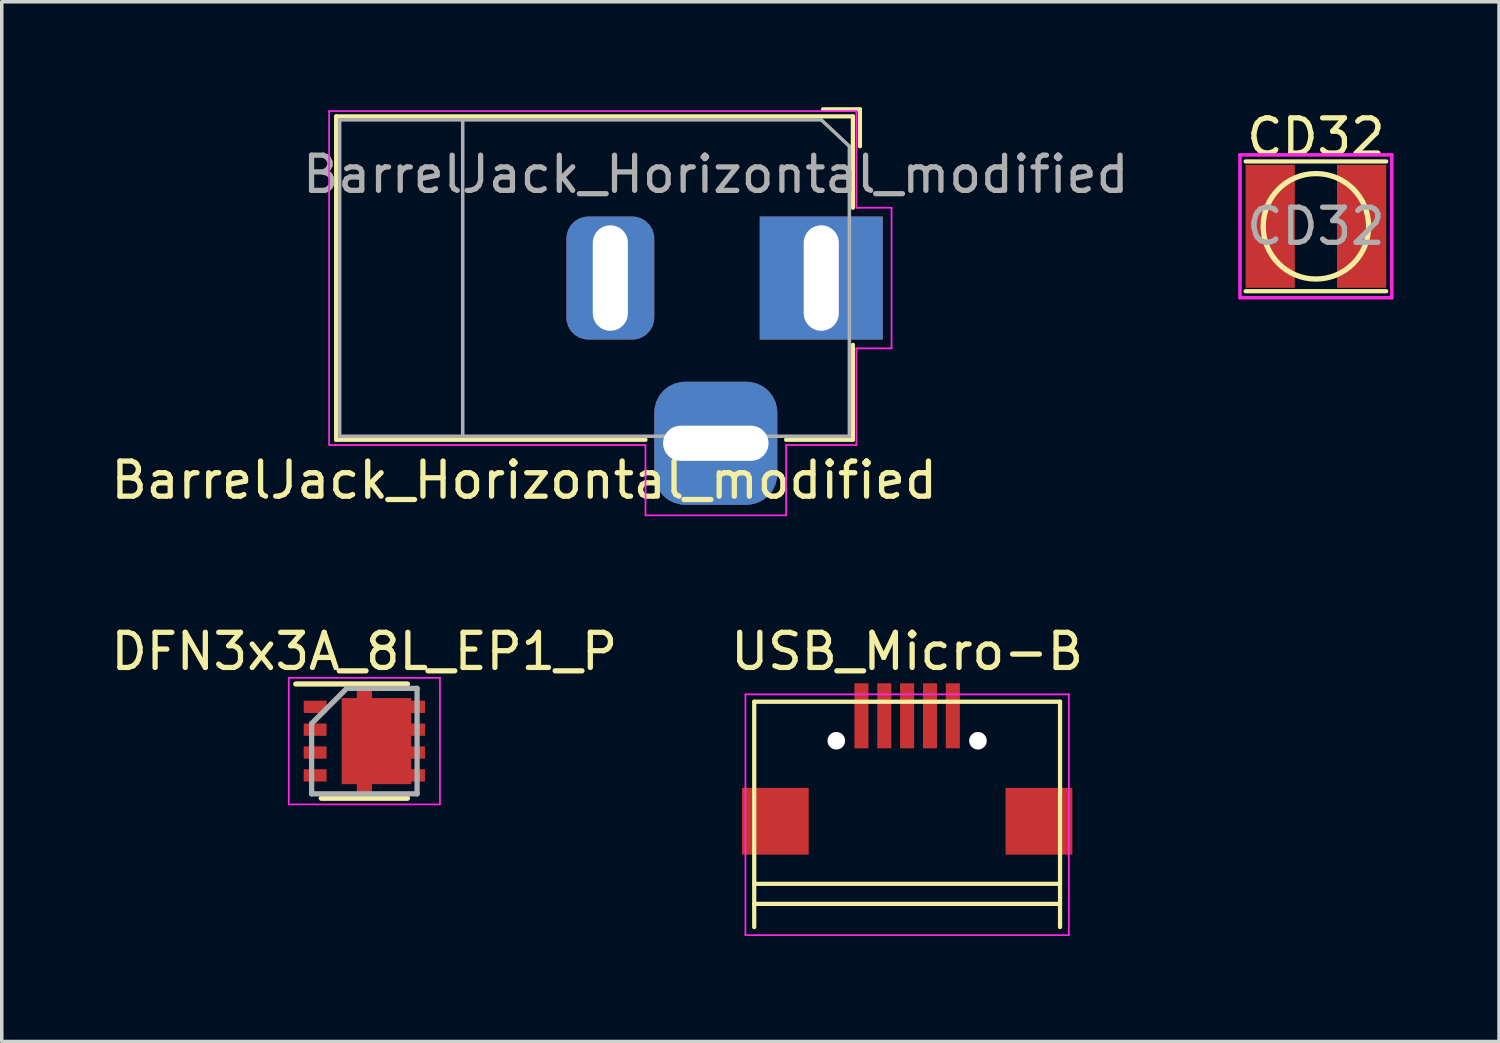
<source format=kicad_pcb>
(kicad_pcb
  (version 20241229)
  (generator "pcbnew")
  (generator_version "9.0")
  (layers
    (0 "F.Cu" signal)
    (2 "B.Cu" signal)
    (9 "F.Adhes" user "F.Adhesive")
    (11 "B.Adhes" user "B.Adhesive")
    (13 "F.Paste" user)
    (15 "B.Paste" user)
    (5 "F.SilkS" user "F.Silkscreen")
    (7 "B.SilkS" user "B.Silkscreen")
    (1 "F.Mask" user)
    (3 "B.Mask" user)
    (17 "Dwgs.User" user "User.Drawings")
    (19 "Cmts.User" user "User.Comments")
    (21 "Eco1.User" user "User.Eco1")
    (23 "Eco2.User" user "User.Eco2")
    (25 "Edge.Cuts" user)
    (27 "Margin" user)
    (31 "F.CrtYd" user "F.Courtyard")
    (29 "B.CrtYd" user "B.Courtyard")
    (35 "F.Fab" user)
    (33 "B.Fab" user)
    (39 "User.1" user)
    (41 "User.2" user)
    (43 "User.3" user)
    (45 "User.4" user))
  (footprint "DFN3x3A_8L_EP1_P"
    (layer "F.Cu")
    (at 7.315 18.033)
    (property "Reference" "DFN3x3A_8L_EP1_P" (at 0 -2.55 0) (layer "F.SilkS") (effects (font (size 1 1) (thickness 0.15))))
    (attr smd)
    (fp_line (start -1.95 -1.625) (end 1.225 -1.625) (stroke (width 0.15) (type solid)) (layer "F.SilkS"))
    (fp_line (start -1.225 1.625) (end 1.225 1.625) (stroke (width 0.15) (type solid)) (layer "F.SilkS"))
    (fp_line (start -2.15 -1.8) (end -2.15 1.8) (stroke (width 0.05) (type solid)) (layer "F.CrtYd"))
    (fp_line (start -2.15 -1.8) (end 2.15 -1.8) (stroke (width 0.05) (type solid)) (layer "F.CrtYd"))
    (fp_line (start -2.15 1.8) (end 2.15 1.8) (stroke (width 0.05) (type solid)) (layer "F.CrtYd"))
    (fp_line (start 2.15 -1.8) (end 2.15 1.8) (stroke (width 0.05) (type solid)) (layer "F.CrtYd"))
    (fp_line (start -1.5 -0.5) (end -0.5 -1.5) (stroke (width 0.15) (type solid)) (layer "F.Fab"))
    (fp_line (start -1.5 1.5) (end -1.5 -0.5) (stroke (width 0.15) (type solid)) (layer "F.Fab"))
    (fp_line (start -0.5 -1.5) (end 1.5 -1.5) (stroke (width 0.15) (type solid)) (layer "F.Fab"))
    (fp_line (start 1.5 -1.5) (end 1.5 1.5) (stroke (width 0.15) (type solid)) (layer "F.Fab"))
    (fp_line (start 1.5 1.5) (end -1.5 1.5) (stroke (width 0.15) (type solid)) (layer "F.Fab"))
    (pad "1" smd rect (at -1.4 -0.975) (size 0.65 0.35) (layers "F.Cu" "F.Mask" "F.Paste"))
    (pad "1" smd rect (at -1.4 -0.325) (size 0.65 0.35) (layers "F.Cu" "F.Mask" "F.Paste"))
    (pad "1" smd rect (at -1.4 0.325) (size 0.65 0.35) (layers "F.Cu" "F.Mask" "F.Paste"))
    (pad "2" smd rect (at -1.4 0.975) (size 0.65 0.35) (layers "F.Cu" "F.Mask" "F.Paste"))
    (pad "3" smd rect (at 0 0) (size 0.43 3.21) (layers "F.Cu" "F.Mask" "F.Paste"))
    (pad "3" smd rect (at 0.345 0) (size 1.98 2.45) (layers "F.Cu" "F.Mask" "F.Paste"))
    (pad "3" smd rect (at 1.4 -0.975) (size 0.65 0.35) (layers "F.Cu" "F.Mask" "F.Paste"))
    (pad "3" smd rect (at 1.4 -0.325) (size 0.65 0.35) (layers "F.Cu" "F.Mask" "F.Paste"))
    (pad "3" smd rect (at 1.4 0.325) (size 0.65 0.35) (layers "F.Cu" "F.Mask" "F.Paste"))
    (pad "3" smd rect (at 1.4 0.975) (size 0.65 0.35) (layers "F.Cu" "F.Mask" "F.Paste")))
  (footprint "USB_Micro-B"
    (layer "F.Cu")
    (at 22.756 20.563)
    (property "Reference" "USB_Micro-B" (at 0 -5.08 0) (layer "F.SilkS") (effects (font (size 1 1) (thickness 0.15))))
    (attr smd)
    (fp_line (start -4.35 -3.65) (end 4.35 -3.65) (stroke (width 0.12) (type solid)) (layer "F.SilkS"))
    (fp_line (start -4.35 2.1) (end 4.35 2.1) (stroke (width 0.12) (type solid)) (layer "F.SilkS"))
    (fp_line (start -4.35 2.76) (end -4.35 -3.65) (stroke (width 0.12) (type solid)) (layer "F.SilkS"))
    (fp_line (start 4.35 -3.65) (end 4.35 2.76) (stroke (width 0.12) (type solid)) (layer "F.SilkS"))
    (fp_line (start 4.35 1.53) (end -4.35 1.53) (stroke (width 0.12) (type solid)) (layer "F.SilkS"))
    (fp_line (start -4.6 -3.86) (end 4.6 -3.86) (stroke (width 0.05) (type solid)) (layer "F.CrtYd"))
    (fp_line (start -4.6 2.99) (end -4.6 -3.86) (stroke (width 0.05) (type solid)) (layer "F.CrtYd"))
    (fp_line (start 4.6 -3.86) (end 4.6 2.99) (stroke (width 0.05) (type solid)) (layer "F.CrtYd"))
    (fp_line (start 4.6 2.99) (end -4.6 2.99) (stroke (width 0.05) (type solid)) (layer "F.CrtYd"))
    (pad "" np_thru_hole circle (at -2.015 -2.54 90) (size 0.5 0.5) (drill 0.5) (layers "*.Cu" "*.Mask"))
    (pad "" np_thru_hole circle (at 2.015 -2.54 90) (size 0.5 0.5) (drill 0.5) (layers "*.Cu" "*.Mask"))
    (pad "1" smd rect (at -1.3 -3.25 90) (size 1.85 0.4) (layers "F.Cu" "F.Mask" "F.Paste"))
    (pad "2" smd rect (at -0.65 -3.25 90) (size 1.85 0.4) (layers "F.Cu" "F.Mask" "F.Paste"))
    (pad "3" smd rect (at 0 -3.25 90) (size 1.85 0.4) (layers "F.Cu" "F.Mask" "F.Paste"))
    (pad "4" smd rect (at 0.65 -3.25 90) (size 1.85 0.4) (layers "F.Cu" "F.Mask" "F.Paste"))
    (pad "5" smd rect (at 1.3 -3.25 90) (size 1.85 0.4) (layers "F.Cu" "F.Mask" "F.Paste"))
    (pad "6" smd rect (at -3.75 -0.25) (size 1.9 1.9) (layers "F.Cu" "F.Mask" "F.Paste"))
    (pad "6" smd rect (at 3.75 -0.25) (size 1.9 1.9) (layers "F.Cu" "F.Mask" "F.Paste")))
  (footprint "BarrelJack_Horizontal_modified"
    (layer "F.Cu")
    (at 20.313 4.86)
    (property "Reference" "BarrelJack_Horizontal_modified" (at -8.45 5.75 0) (layer "F.SilkS") (effects (font (size 1 1) (thickness 0.15))))
    (attr through_hole)
    (fp_line (start -13.8 -4.6) (end 0.9 -4.6) (stroke (width 0.12) (type solid)) (layer "F.SilkS"))
    (fp_line (start -13.8 4.6) (end -13.8 -4.6) (stroke (width 0.12) (type solid)) (layer "F.SilkS"))
    (fp_line (start -5 4.6) (end -13.8 4.6) (stroke (width 0.12) (type solid)) (layer "F.SilkS"))
    (fp_line (start 0.05 -4.8) (end 1.1 -4.8) (stroke (width 0.12) (type solid)) (layer "F.SilkS"))
    (fp_line (start 0.9 -4.6) (end 0.9 -2) (stroke (width 0.12) (type solid)) (layer "F.SilkS"))
    (fp_line (start 0.9 1.9) (end 0.9 4.6) (stroke (width 0.12) (type solid)) (layer "F.SilkS"))
    (fp_line (start 0.9 4.6) (end -1 4.6) (stroke (width 0.12) (type solid)) (layer "F.SilkS"))
    (fp_line (start 1.1 -3.75) (end 1.1 -4.8) (stroke (width 0.12) (type solid)) (layer "F.SilkS"))
    (fp_line (start -14 4.75) (end -14 -4.75) (stroke (width 0.05) (type solid)) (layer "F.CrtYd"))
    (fp_line (start -5 4.75) (end -14 4.75) (stroke (width 0.05) (type solid)) (layer "F.CrtYd"))
    (fp_line (start -5 6.75) (end -5 4.75) (stroke (width 0.05) (type solid)) (layer "F.CrtYd"))
    (fp_line (start -1 4.75) (end -1 6.75) (stroke (width 0.05) (type solid)) (layer "F.CrtYd"))
    (fp_line (start -1 6.75) (end -5 6.75) (stroke (width 0.05) (type solid)) (layer "F.CrtYd"))
    (fp_line (start 1 -4.75) (end -14 -4.75) (stroke (width 0.05) (type solid)) (layer "F.CrtYd"))
    (fp_line (start 1 -4.5) (end 1 -4.75) (stroke (width 0.05) (type solid)) (layer "F.CrtYd"))
    (fp_line (start 1 -4.5) (end 1 -2) (stroke (width 0.05) (type solid)) (layer "F.CrtYd"))
    (fp_line (start 1 -2) (end 2 -2) (stroke (width 0.05) (type solid)) (layer "F.CrtYd"))
    (fp_line (start 1 2) (end 1 4.75) (stroke (width 0.05) (type solid)) (layer "F.CrtYd"))
    (fp_line (start 1 4.75) (end -1 4.75) (stroke (width 0.05) (type solid)) (layer "F.CrtYd"))
    (fp_line (start 2 -2) (end 2 2) (stroke (width 0.05) (type solid)) (layer "F.CrtYd"))
    (fp_line (start 2 2) (end 1 2) (stroke (width 0.05) (type solid)) (layer "F.CrtYd"))
    (fp_line (start -13.7 -4.5) (end -13.7 4.5) (stroke (width 0.1) (type solid)) (layer "F.Fab"))
    (fp_line (start -13.7 4.5) (end 0.8 4.5) (stroke (width 0.1) (type solid)) (layer "F.Fab"))
    (fp_line (start -10.2 -4.5) (end -10.2 4.5) (stroke (width 0.1) (type solid)) (layer "F.Fab"))
    (fp_line (start -0.003 -4.505) (end 0.8 -3.75) (stroke (width 0.1) (type solid)) (layer "F.Fab"))
    (fp_line (start 0 -4.5) (end -13.7 -4.5) (stroke (width 0.1) (type solid)) (layer "F.Fab"))
    (fp_line (start 0.8 4.5) (end 0.8 -3.75) (stroke (width 0.1) (type solid)) (layer "F.Fab"))
    (fp_text user "${REFERENCE}" (at -3 -2.95 0) (layer "F.Fab") (effects (font (size 1 1) (thickness 0.15))))
    (pad "1" thru_hole rect (at 0 0) (size 3.5 3.5) (drill oval 1 3) (layers "*.Cu" "*.Mask"))
    (pad "2" thru_hole roundrect (at -6 0) (size 2.5 3.5) (drill oval 1 3) (layers "*.Cu" "*.Mask") (roundrect_rratio 0.25))
    (pad "3" thru_hole roundrect (at -3 4.7) (size 3.5 3.5) (drill oval 3 1) (layers "*.Cu" "*.Mask") (roundrect_rratio 0.25)))
  (footprint "CD32"
    (layer "F.Cu")
    (at 34.385 3.388)
    (property "Reference" "CD32" (at 0 -2.54 0) (layer "F.SilkS") (effects (font (size 1 1) (thickness 0.15))))
    (attr smd)
    (fp_line (start -2 -1.846) (end 2 -1.846) (stroke (width 0.12) (type solid)) (layer "F.SilkS"))
    (fp_line (start -2 1.846) (end 2 1.846) (stroke (width 0.12) (type solid)) (layer "F.SilkS"))
    (fp_circle (center 0 0) (end 0 -1.5) (stroke (width 0.15) (type solid)) (fill no) (layer "F.SilkS"))
    (fp_line (start -2.159 -2.032) (end -2.159 2.032) (stroke (width 0.1) (type solid)) (layer "F.CrtYd"))
    (fp_line (start -2.159 2.032) (end 2.159 2.032) (stroke (width 0.1) (type solid)) (layer "F.CrtYd"))
    (fp_line (start 2.159 -2.032) (end -2.159 -2.032) (stroke (width 0.1) (type solid)) (layer "F.CrtYd"))
    (fp_line (start 2.159 2.032) (end 2.159 -2.032) (stroke (width 0.1) (type solid)) (layer "F.CrtYd"))
    (fp_text user "${REFERENCE}" (at 0 0 0) (layer "F.Fab") (effects (font (size 1 1) (thickness 0.15))))
    (pad "1" smd rect (at -1.3 0) (size 1.4 3.5) (layers "F.Cu" "F.Mask" "F.Paste"))
    (pad "2" smd rect (at 1.3 0) (size 1.4 3.5) (layers "F.Cu" "F.Mask" "F.Paste")))
  (gr_rect
    (start -3 -3)
    (end 39.594 26.578)
    (stroke (width 0.1) (type default))
    (fill no)
    (layer "Edge.Cuts")))
</source>
